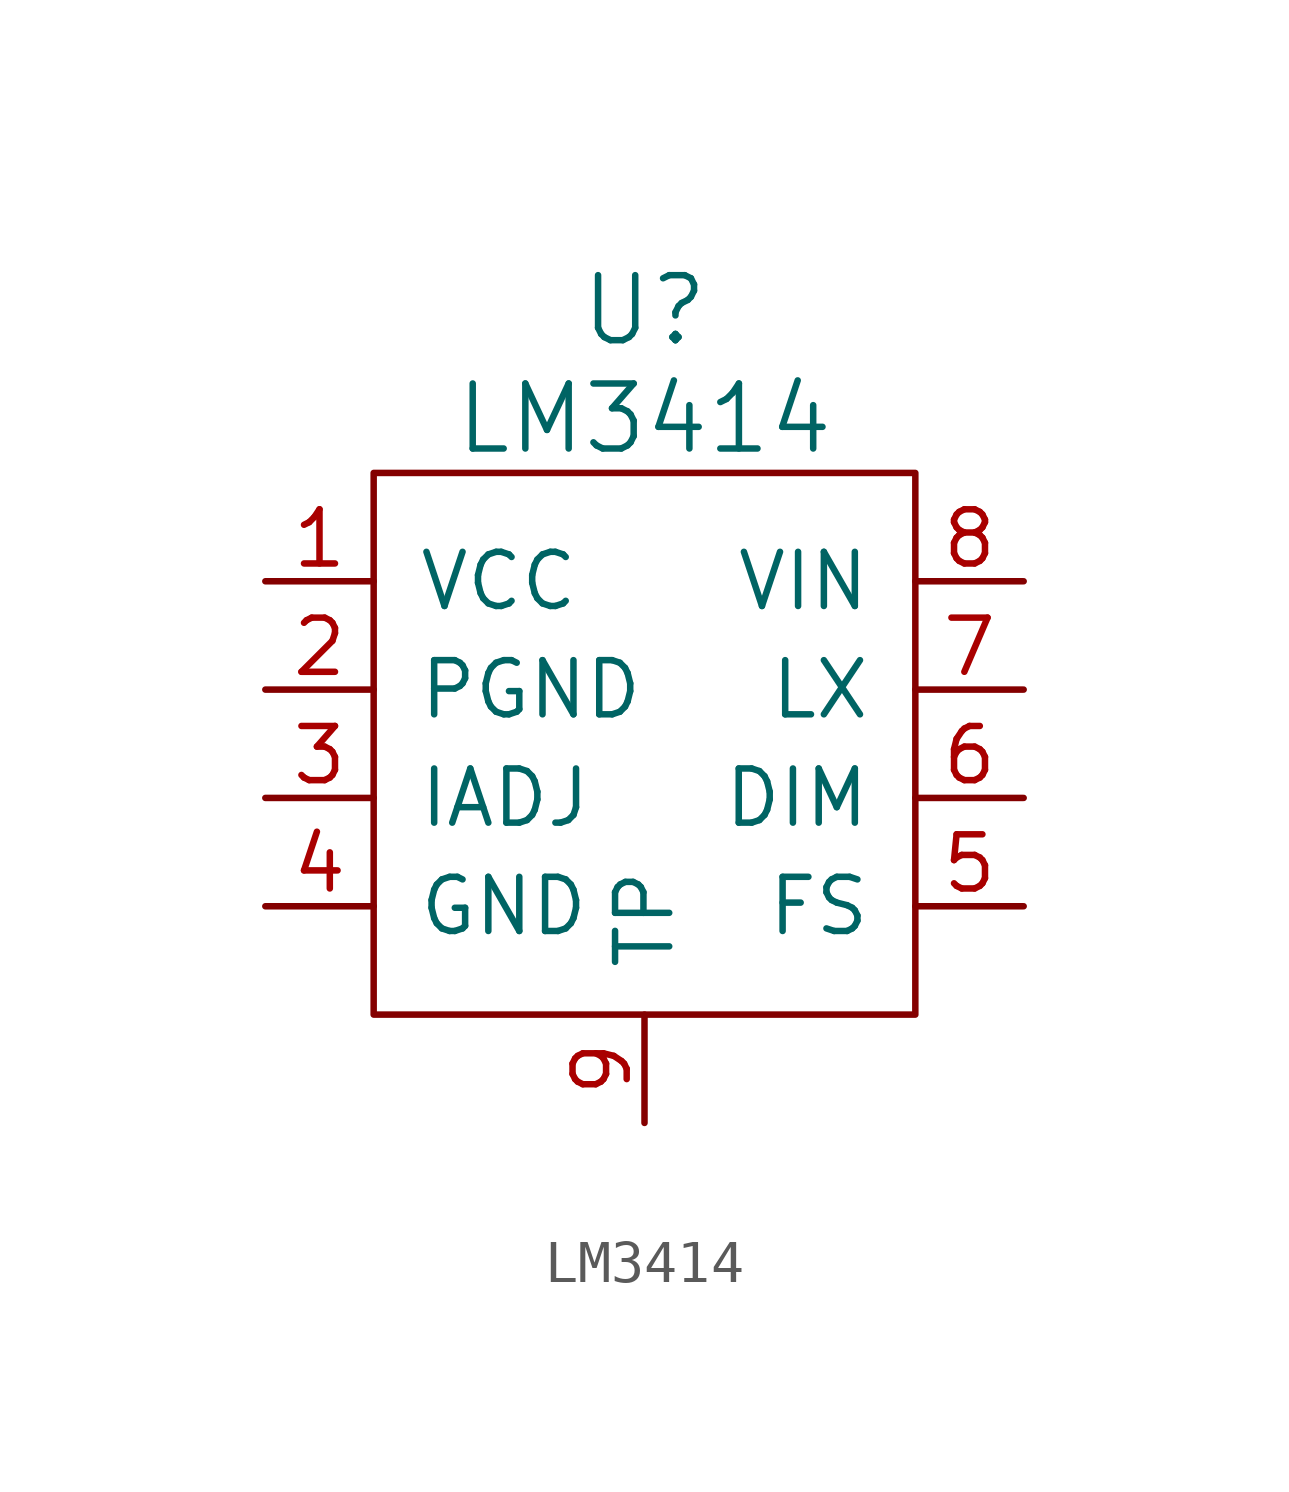
<source format=kicad_sym>
(kicad_symbol_lib
  (version 20220914)
  (generator kicad_symbol_editor)
  (symbol "LM3414"
    (pin_names
      (offset 1.016))
    (property "Reference" "U"
      (at 0 10.16 0)
      (effects (font (size 1.524 1.524))))
    (property "Value" "LM3414"
      (at 0 7.62 0)
      (effects (font (size 1.524 1.524))))
    (property "Footprint" ""
      (at 0 0 0)
      (effects (font (size 1.524 1.524))))
    (property "Datasheet" ""
      (at 0 0 0)
      (effects (font (size 1.524 1.524))))
    (symbol "LM3414_0_1"
      (rectangle (start -6.35 6.35) (end 6.35 -6.35) (stroke (width 0) (type solid)) (fill (type none))))
    (symbol "LM3414_1_1"
      (pin passive line (at -8.89 3.81 0) (length 2.54) (name "VCC" (effects (font (size 1.27 1.27)))) (number "1" (effects (font (size 1.27 1.27)))))
      (pin passive line (at -8.89 1.27 0) (length 2.54) (name "PGND" (effects (font (size 1.27 1.27)))) (number "2" (effects (font (size 1.27 1.27)))))
      (pin passive line (at -8.89 -1.27 0) (length 2.54) (name "IADJ" (effects (font (size 1.27 1.27)))) (number "3" (effects (font (size 1.27 1.27)))))
      (pin passive line (at -8.89 -3.81 0) (length 2.54) (name "GND" (effects (font (size 1.27 1.27)))) (number "4" (effects (font (size 1.27 1.27)))))
      (pin passive line (at 8.89 -3.81 180) (length 2.54) (name "FS" (effects (font (size 1.27 1.27)))) (number "5" (effects (font (size 1.27 1.27)))))
      (pin passive line (at 8.89 -1.27 180) (length 2.54) (name "DIM" (effects (font (size 1.27 1.27)))) (number "6" (effects (font (size 1.27 1.27)))))
      (pin passive line (at 8.89 1.27 180) (length 2.54) (name "LX" (effects (font (size 1.27 1.27)))) (number "7" (effects (font (size 1.27 1.27)))))
      (pin passive line (at 8.89 3.81 180) (length 2.54) (name "VIN" (effects (font (size 1.27 1.27)))) (number "8" (effects (font (size 1.27 1.27)))))
      (pin passive line (at 0 -8.89 90) (length 2.54) (name "TP" (effects (font (size 1.27 1.27)))) (number "9" (effects (font (size 1.27 1.27))))))))
</source>
